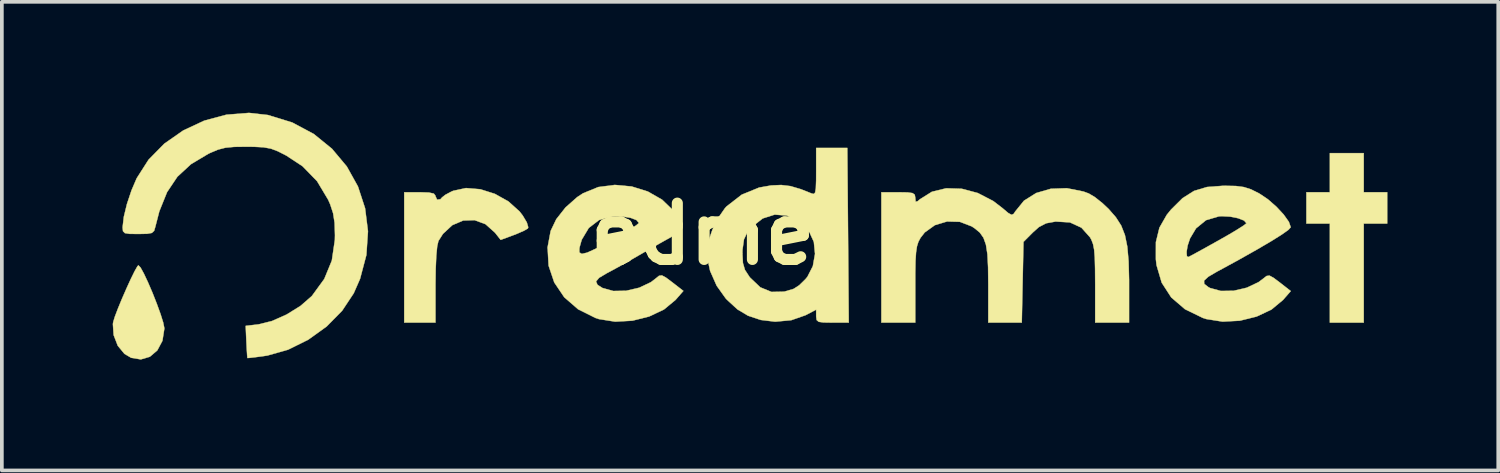
<source format=kicad_pcb>
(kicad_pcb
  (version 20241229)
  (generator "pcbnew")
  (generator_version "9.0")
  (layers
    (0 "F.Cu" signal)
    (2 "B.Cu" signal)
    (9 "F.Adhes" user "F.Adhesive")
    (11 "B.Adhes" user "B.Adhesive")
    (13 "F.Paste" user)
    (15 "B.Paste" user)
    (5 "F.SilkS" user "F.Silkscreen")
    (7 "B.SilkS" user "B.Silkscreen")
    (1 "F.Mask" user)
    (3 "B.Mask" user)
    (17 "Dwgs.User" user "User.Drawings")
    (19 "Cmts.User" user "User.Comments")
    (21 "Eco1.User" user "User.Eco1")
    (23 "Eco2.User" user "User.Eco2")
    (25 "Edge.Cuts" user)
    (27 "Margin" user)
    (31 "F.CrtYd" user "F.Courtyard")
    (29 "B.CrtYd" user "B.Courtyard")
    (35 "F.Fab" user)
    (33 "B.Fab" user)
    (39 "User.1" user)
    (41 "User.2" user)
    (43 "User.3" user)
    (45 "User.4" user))
  (footprint "redmet"
    (layer "F.Cu")
    (at 15.931 3.281)
    (property "Reference" "redmet" (at 0 0 0) (layer "F.SilkS") (effects (font (size 1.524 1.524) (thickness 0.3))))
    (attr through_hole)
    (fp_poly (pts (xy 17.921 -1.129) (xy 18.556 -1.129) (xy 18.556 -0.282) (xy 17.921 -0.282) (xy 17.921 2.399) (xy 17.004 2.399) (xy 17.004 -0.282) (xy 16.369 -0.282) (xy 16.369 -1.129) (xy 17.004 -1.129) (xy 17.004 -2.187) (xy 17.921 -2.187) (xy 17.921 -1.129)) (stroke (width 0.01) (type solid)) (fill yes) (layer "F.SilkS"))
    (fp_poly (pts (xy -15.178 0.908) (xy -15.087 1.073) (xy -14.975 1.312) (xy -14.854 1.593) (xy -14.738 1.888) (xy -14.637 2.166) (xy -14.565 2.396) (xy -14.534 2.549) (xy -14.534 2.561) (xy -14.586 2.891) (xy -14.724 3.15) (xy -14.926 3.322) (xy -15.169 3.394) (xy -15.431 3.351) (xy -15.613 3.244) (xy -15.794 3.025) (xy -15.906 2.735) (xy -15.926 2.436) (xy -15.918 2.385) (xy -15.875 2.242) (xy -15.792 2.024) (xy -15.684 1.761) (xy -15.563 1.484) (xy -15.444 1.223) (xy -15.34 1.011) (xy -15.264 0.877) (xy -15.237 0.847) (xy -15.178 0.908)) (stroke (width 0.01) (type solid)) (fill yes) (layer "F.SilkS"))
    (fp_poly (pts (xy -5.984 -1.21) (xy -5.589 -1.085) (xy -5.223 -0.88) (xy -4.92 -0.607) (xy -4.836 -0.498) (xy -4.725 -0.311) (xy -4.687 -0.181) (xy -4.698 -0.148) (xy -4.798 -0.09) (xy -4.98 -0.01) (xy -5.098 0.036) (xy -5.433 0.16) (xy -5.586 -0.034) (xy -5.844 -0.265) (xy -6.14 -0.374) (xy -6.447 -0.364) (xy -6.741 -0.239) (xy -6.995 -0.003) (xy -7.117 0.189) (xy -7.15 0.327) (xy -7.175 0.585) (xy -7.191 0.943) (xy -7.197 1.371) (xy -7.197 2.399) (xy -8.043 2.399) (xy -8.043 -1.129) (xy -7.62 -1.129) (xy -7.374 -1.121) (xy -7.242 -1.092) (xy -7.198 -1.036) (xy -7.197 -1.023) (xy -7.154 -0.928) (xy -7.064 -0.939) (xy -7.02 -0.989) (xy -6.93 -1.06) (xy -6.764 -1.148) (xy -6.717 -1.168) (xy -6.372 -1.242) (xy -5.984 -1.21)) (stroke (width 0.01) (type solid)) (fill yes) (layer "F.SilkS"))
    (fp_poly (pts (xy 3.967 0.035) (xy 3.986 2.399) (xy 3.545 2.399) (xy 3.305 2.395) (xy 3.173 2.377) (xy 3.117 2.329) (xy 3.105 2.241) (xy 3.104 2.224) (xy 3.104 2.048) (xy 2.815 2.199) (xy 2.43 2.333) (xy 1.995 2.374) (xy 1.603 2.326) (xy 1.259 2.211) (xy 0.974 2.041) (xy 0.691 1.781) (xy 0.654 1.741) (xy 0.411 1.4) (xy 0.234 0.999) (xy 0.146 0.595) (xy 0.143 0.527) (xy 1.109 0.527) (xy 1.122 0.786) (xy 1.177 0.973) (xy 1.295 1.154) (xy 1.32 1.185) (xy 1.593 1.444) (xy 1.895 1.568) (xy 2.238 1.561) (xy 2.495 1.485) (xy 2.644 1.389) (xy 2.811 1.226) (xy 2.866 1.16) (xy 3.014 0.871) (xy 3.073 0.539) (xy 3.041 0.214) (xy 2.921 -0.047) (xy 2.633 -0.338) (xy 2.314 -0.497) (xy 1.983 -0.524) (xy 1.657 -0.42) (xy 1.356 -0.184) (xy 1.247 -0.054) (xy 1.15 0.146) (xy 1.111 0.425) (xy 1.109 0.527) (xy 0.143 0.527) (xy 0.141 0.484) (xy 0.184 0.208) (xy 0.297 -0.118) (xy 0.456 -0.439) (xy 0.636 -0.698) (xy 0.679 -0.745) (xy 1.089 -1.063) (xy 1.561 -1.256) (xy 1.886 -1.313) (xy 2.157 -1.325) (xy 2.408 -1.295) (xy 2.689 -1.212) (xy 2.981 -1.096) (xy 3.039 -1.083) (xy 3.076 -1.121) (xy 3.095 -1.234) (xy 3.103 -1.445) (xy 3.104 -1.686) (xy 3.104 -2.328) (xy 3.947 -2.328) (xy 3.967 0.035)) (stroke (width 0.01) (type solid)) (fill yes) (layer "F.SilkS"))
    (fp_poly (pts (xy -1.888 -1.285) (xy -1.452 -1.149) (xy -1.065 -0.928) (xy -0.756 -0.63) (xy -0.601 -0.38) (xy -0.543 -0.262) (xy -0.515 -0.18) (xy -0.534 -0.112) (xy -0.619 -0.038) (xy -0.786 0.063) (xy -1.052 0.212) (xy -1.127 0.254) (xy -1.412 0.415) (xy -1.714 0.589) (xy -1.87 0.679) (xy -2.143 0.835) (xy -2.435 0.995) (xy -2.558 1.06) (xy -2.77 1.186) (xy -2.853 1.286) (xy -2.812 1.377) (xy -2.676 1.463) (xy -2.386 1.543) (xy -2.039 1.537) (xy -1.683 1.454) (xy -1.367 1.304) (xy -1.236 1.203) (xy -1.148 1.132) (xy -1.07 1.121) (xy -0.96 1.18) (xy -0.791 1.307) (xy -0.489 1.541) (xy -0.702 1.785) (xy -1.015 2.044) (xy -1.417 2.234) (xy -1.87 2.347) (xy -2.335 2.373) (xy -2.775 2.303) (xy -2.864 2.274) (xy -3.338 2.038) (xy -3.714 1.711) (xy -3.983 1.312) (xy -4.136 0.858) (xy -4.156 0.498) (xy -3.304 0.498) (xy -3.238 0.539) (xy -3.093 0.505) (xy -2.856 0.397) (xy -2.514 0.214) (xy -2.474 0.192) (xy -2.179 0.024) (xy -1.935 -0.123) (xy -1.765 -0.234) (xy -1.694 -0.295) (xy -1.693 -0.298) (xy -1.757 -0.376) (xy -1.923 -0.438) (xy -2.15 -0.475) (xy -2.399 -0.477) (xy -2.42 -0.475) (xy -2.77 -0.377) (xy -3.049 -0.163) (xy -3.236 0.149) (xy -3.25 0.191) (xy -3.304 0.382) (xy -3.304 0.498) (xy -4.156 0.498) (xy -4.164 0.364) (xy -4.081 -0.081) (xy -3.929 -0.399) (xy -3.678 -0.718) (xy -3.364 -0.996) (xy -3.204 -1.101) (xy -2.793 -1.269) (xy -2.345 -1.327) (xy -1.888 -1.285)) (stroke (width 0.01) (type solid)) (fill yes) (layer "F.SilkS"))
    (fp_poly (pts (xy -11.732 -3.219) (xy -11.072 -3.016) (xy -10.491 -2.706) (xy -9.997 -2.305) (xy -9.596 -1.826) (xy -9.295 -1.285) (xy -9.102 -0.696) (xy -9.024 -0.073) (xy -9.067 0.568) (xy -9.238 1.214) (xy -9.409 1.604) (xy -9.722 2.076) (xy -10.142 2.503) (xy -10.64 2.861) (xy -11.186 3.131) (xy -11.747 3.29) (xy -11.836 3.303) (xy -12.065 3.334) (xy -12.228 3.353) (xy -12.286 3.357) (xy -12.293 3.29) (xy -12.304 3.12) (xy -12.314 2.919) (xy -12.333 2.487) (xy -11.985 2.446) (xy -11.62 2.355) (xy -11.224 2.179) (xy -10.849 1.946) (xy -10.549 1.685) (xy -10.539 1.674) (xy -10.206 1.217) (xy -10.002 0.721) (xy -9.92 0.164) (xy -9.917 0.035) (xy -9.927 -0.302) (xy -9.967 -0.56) (xy -10.046 -0.801) (xy -10.101 -0.926) (xy -10.401 -1.428) (xy -10.794 -1.832) (xy -11.235 -2.122) (xy -11.463 -2.238) (xy -11.65 -2.309) (xy -11.848 -2.345) (xy -12.106 -2.359) (xy -12.312 -2.361) (xy -12.642 -2.357) (xy -12.881 -2.334) (xy -13.08 -2.283) (xy -13.289 -2.195) (xy -13.346 -2.168) (xy -13.814 -1.888) (xy -14.181 -1.549) (xy -14.461 -1.131) (xy -14.67 -0.613) (xy -14.778 -0.194) (xy -14.81 -0.086) (xy -14.872 -0.028) (xy -15 -0.005) (xy -15.231 -0.000002) (xy -15.241 0) (xy -15.475 -0.003) (xy -15.601 -0.023) (xy -15.653 -0.075) (xy -15.663 -0.174) (xy -15.662 -0.194) (xy -15.63 -0.466) (xy -15.546 -0.811) (xy -15.423 -1.179) (xy -15.282 -1.508) (xy -14.961 -2.01) (xy -14.533 -2.445) (xy -14.024 -2.8) (xy -13.457 -3.065) (xy -12.855 -3.227) (xy -12.244 -3.276) (xy -11.732 -3.219)) (stroke (width 0.01) (type solid)) (fill yes) (layer "F.SilkS"))
    (fp_poly (pts (xy 10.338 -1.148) (xy 10.481 -1.095) (xy 10.646 -0.997) (xy 10.853 -0.832) (xy 11.019 -0.675) (xy 11.213 -0.453) (xy 11.358 -0.227) (xy 11.459 0.03) (xy 11.523 0.343) (xy 11.558 0.738) (xy 11.571 1.241) (xy 11.571 1.384) (xy 11.571 2.399) (xy 10.654 2.399) (xy 10.654 1.358) (xy 10.651 0.941) (xy 10.643 0.638) (xy 10.626 0.425) (xy 10.596 0.273) (xy 10.552 0.158) (xy 10.516 0.092) (xy 10.282 -0.17) (xy 9.972 -0.313) (xy 9.589 -0.336) (xy 9.577 -0.335) (xy 9.326 -0.289) (xy 9.131 -0.187) (xy 8.971 -0.044) (xy 8.714 0.214) (xy 8.691 1.306) (xy 8.668 2.399) (xy 7.761 2.399) (xy 7.761 1.372) (xy 7.756 0.902) (xy 7.738 0.549) (xy 7.698 0.29) (xy 7.631 0.102) (xy 7.531 -0.039) (xy 7.39 -0.155) (xy 7.314 -0.205) (xy 6.991 -0.329) (xy 6.646 -0.338) (xy 6.317 -0.239) (xy 6.042 -0.042) (xy 5.928 0.104) (xy 5.871 0.21) (xy 5.832 0.333) (xy 5.807 0.498) (xy 5.792 0.732) (xy 5.786 1.063) (xy 5.786 1.367) (xy 5.786 2.399) (xy 4.868 2.399) (xy 4.868 -1.129) (xy 5.327 -1.129) (xy 5.574 -1.125) (xy 5.712 -1.106) (xy 5.772 -1.062) (xy 5.786 -0.982) (xy 5.786 -0.977) (xy 5.796 -0.873) (xy 5.849 -0.885) (xy 5.912 -0.939) (xy 6.236 -1.142) (xy 6.622 -1.236) (xy 7.044 -1.223) (xy 7.477 -1.108) (xy 7.896 -0.891) (xy 8.142 -0.702) (xy 8.302 -0.567) (xy 8.393 -0.518) (xy 8.449 -0.544) (xy 8.487 -0.604) (xy 8.727 -0.9) (xy 9.058 -1.108) (xy 9.453 -1.223) (xy 9.888 -1.238) (xy 10.338 -1.148)) (stroke (width 0.01) (type solid)) (fill yes) (layer "F.SilkS"))
    (fp_poly (pts (xy 14.455 -1.298) (xy 14.678 -1.269) (xy 14.871 -1.207) (xy 15.09 -1.097) (xy 15.096 -1.094) (xy 15.327 -0.939) (xy 15.556 -0.739) (xy 15.755 -0.525) (xy 15.895 -0.328) (xy 15.946 -0.182) (xy 15.884 -0.113) (xy 15.706 0.014) (xy 15.421 0.193) (xy 15.039 0.417) (xy 14.569 0.682) (xy 14.022 0.981) (xy 13.953 1.017) (xy 13.715 1.157) (xy 13.601 1.262) (xy 13.604 1.35) (xy 13.717 1.438) (xy 13.764 1.463) (xy 14.054 1.542) (xy 14.401 1.537) (xy 14.757 1.454) (xy 15.075 1.303) (xy 15.204 1.206) (xy 15.292 1.137) (xy 15.371 1.127) (xy 15.482 1.187) (xy 15.647 1.311) (xy 15.947 1.545) (xy 15.735 1.787) (xy 15.423 2.046) (xy 15.021 2.235) (xy 14.568 2.347) (xy 14.102 2.372) (xy 13.661 2.302) (xy 13.57 2.273) (xy 13.085 2.037) (xy 12.712 1.717) (xy 12.454 1.318) (xy 12.314 0.844) (xy 12.296 0.685) (xy 12.296 0.491) (xy 13.126 0.491) (xy 13.136 0.604) (xy 13.178 0.623) (xy 13.258 0.581) (xy 13.435 0.485) (xy 13.683 0.348) (xy 13.977 0.184) (xy 13.99 0.177) (xy 14.279 0.012) (xy 14.518 -0.131) (xy 14.681 -0.236) (xy 14.746 -0.289) (xy 14.746 -0.291) (xy 14.683 -0.363) (xy 14.522 -0.426) (xy 14.306 -0.469) (xy 14.078 -0.481) (xy 14 -0.476) (xy 13.653 -0.373) (xy 13.383 -0.152) (xy 13.22 0.121) (xy 13.155 0.316) (xy 13.126 0.491) (xy 12.296 0.491) (xy 12.297 0.22) (xy 12.392 -0.169) (xy 12.592 -0.519) (xy 12.709 -0.663) (xy 13.018 -0.969) (xy 13.328 -1.165) (xy 13.681 -1.271) (xy 14.12 -1.304) (xy 14.146 -1.304) (xy 14.455 -1.298)) (stroke (width 0.01) (type solid)) (fill yes) (layer "F.SilkS")))
  (gr_rect
    (start -3 -3)
    (end 37.492 9.68)
    (stroke (width 0.1) (type default))
    (fill no)
    (layer "Edge.Cuts")))
</source>
